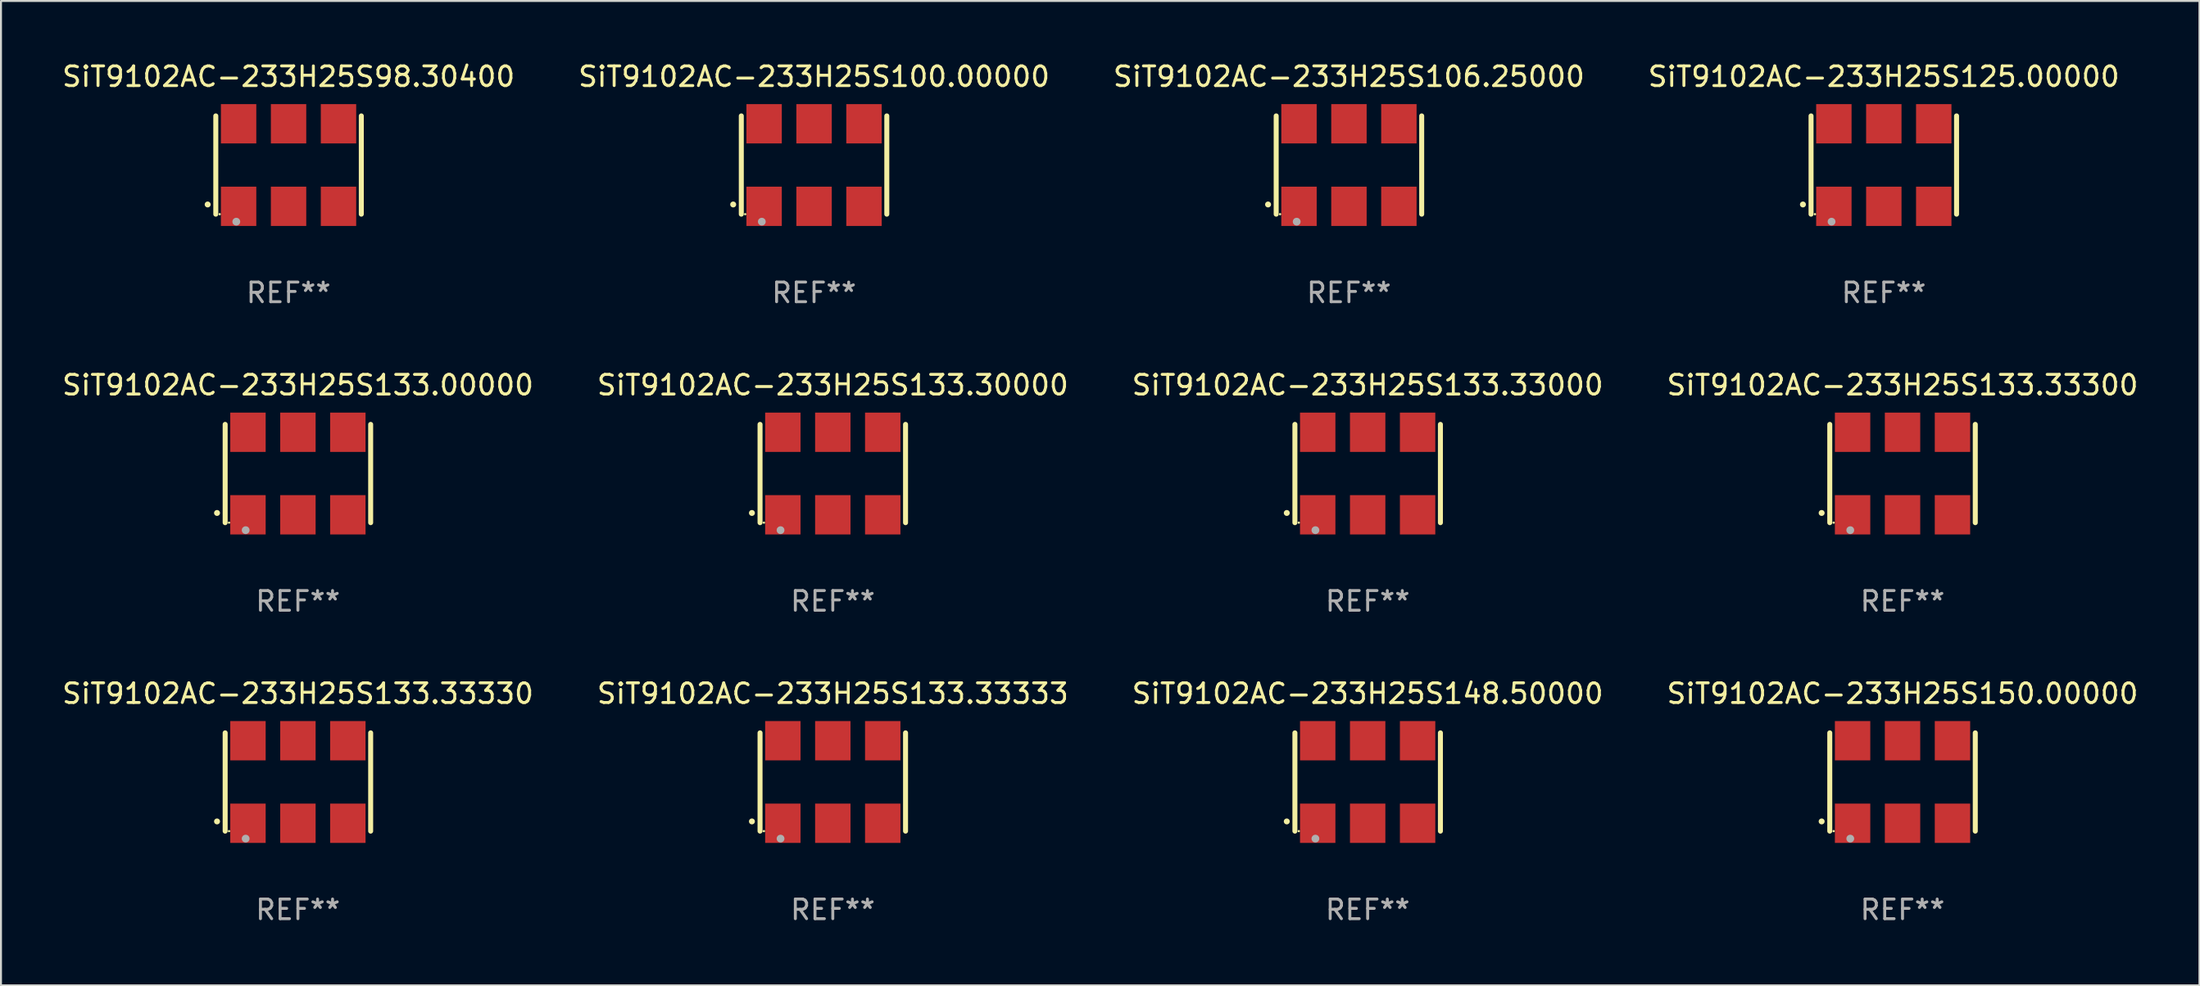
<source format=kicad_pcb>
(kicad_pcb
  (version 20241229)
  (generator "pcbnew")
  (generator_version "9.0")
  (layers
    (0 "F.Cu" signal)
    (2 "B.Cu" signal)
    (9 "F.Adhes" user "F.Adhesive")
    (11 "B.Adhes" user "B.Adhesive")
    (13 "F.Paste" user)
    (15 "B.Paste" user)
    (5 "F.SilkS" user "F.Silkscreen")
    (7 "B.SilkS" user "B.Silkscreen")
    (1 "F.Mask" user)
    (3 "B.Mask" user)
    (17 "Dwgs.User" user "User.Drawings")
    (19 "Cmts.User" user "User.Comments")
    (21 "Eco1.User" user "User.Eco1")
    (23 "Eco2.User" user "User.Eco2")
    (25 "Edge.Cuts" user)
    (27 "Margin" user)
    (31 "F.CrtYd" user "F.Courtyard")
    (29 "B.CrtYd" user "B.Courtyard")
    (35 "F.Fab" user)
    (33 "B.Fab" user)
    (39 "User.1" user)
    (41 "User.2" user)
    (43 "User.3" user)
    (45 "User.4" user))
  (footprint "SiT9102AC-233H25S98.30400"
    (layer "F.Cu")
    (at 11.625 5.348)
    (property "Reference" "SiT9102AC-233H25S98.30400" (at 0 -4.5 0) (layer "F.SilkS") (effects (font (size 1 1) (thickness 0.15))))
    (attr through_hole)
    (fp_line (start -3.7 -2.5) (end -3.7 2.5) (stroke (width 0.254) (type solid)) (layer "F.SilkS"))
    (fp_line (start 3.7 -2.5) (end 3.7 2.5) (stroke (width 0.254) (type solid)) (layer "F.SilkS"))
    (fp_arc (start -4.114415 2.006604) (mid -4.113145 2.006599) (end -4.111875 2.006604) (stroke (width 0.3) (type solid)) (layer "F.SilkS"))
    (fp_circle (center -3.502 2.5) (end -3.472 2.5) (stroke (width 0.06) (type solid)) (fill no) (layer "F.SilkS"))
    (fp_circle (center -2.657 2.882) (end -2.557 2.882) (stroke (width 0.2) (type solid)) (fill no) (layer "F.Fab"))
    (fp_text user "REF**" (at 0 6.5 0) (layer "F.Fab") (effects (font (size 1 1) (thickness 0.15))))
    (pad "1" smd rect (at -2.54 2.1) (size 1.8 2) (layers "F.Cu" "F.Mask" "F.Paste"))
    (pad "2" smd rect (at 0.000394 2.1) (size 1.8 2) (layers "F.Cu" "F.Mask" "F.Paste"))
    (pad "3" smd rect (at 2.54 2.1) (size 1.8 2) (layers "F.Cu" "F.Mask" "F.Paste"))
    (pad "4" smd rect (at 2.54 -2.1) (size 1.8 2) (layers "F.Cu" "F.Mask" "F.Paste"))
    (pad "5" smd rect (at 0.000394 -2.1) (size 1.8 2) (layers "F.Cu" "F.Mask" "F.Paste"))
    (pad "6" smd rect (at -2.54 -2.1) (size 1.8 2) (layers "F.Cu" "F.Mask" "F.Paste")))
  (footprint "SiT9102AC-233H25S106.25000"
    (layer "F.Cu")
    (at 65.554 5.348)
    (property "Reference" "SiT9102AC-233H25S106.25000" (at 0 -4.5 0) (layer "F.SilkS") (effects (font (size 1 1) (thickness 0.15))))
    (attr through_hole)
    (fp_line (start -3.7 -2.5) (end -3.7 2.5) (stroke (width 0.254) (type solid)) (layer "F.SilkS"))
    (fp_line (start 3.7 -2.5) (end 3.7 2.5) (stroke (width 0.254) (type solid)) (layer "F.SilkS"))
    (fp_arc (start -4.114415 2.006604) (mid -4.113145 2.006599) (end -4.111875 2.006604) (stroke (width 0.3) (type solid)) (layer "F.SilkS"))
    (fp_circle (center -3.502 2.5) (end -3.472 2.5) (stroke (width 0.06) (type solid)) (fill no) (layer "F.SilkS"))
    (fp_circle (center -2.657 2.882) (end -2.557 2.882) (stroke (width 0.2) (type solid)) (fill no) (layer "F.Fab"))
    (fp_text user "REF**" (at 0 6.5 0) (layer "F.Fab") (effects (font (size 1 1) (thickness 0.15))))
    (pad "1" smd rect (at -2.54 2.1) (size 1.8 2) (layers "F.Cu" "F.Mask" "F.Paste"))
    (pad "2" smd rect (at 0.000394 2.1) (size 1.8 2) (layers "F.Cu" "F.Mask" "F.Paste"))
    (pad "3" smd rect (at 2.54 2.1) (size 1.8 2) (layers "F.Cu" "F.Mask" "F.Paste"))
    (pad "4" smd rect (at 2.54 -2.1) (size 1.8 2) (layers "F.Cu" "F.Mask" "F.Paste"))
    (pad "5" smd rect (at 0.000394 -2.1) (size 1.8 2) (layers "F.Cu" "F.Mask" "F.Paste"))
    (pad "6" smd rect (at -2.54 -2.1) (size 1.8 2) (layers "F.Cu" "F.Mask" "F.Paste")))
  (footprint "SiT9102AC-233H25S133.33000"
    (layer "F.Cu")
    (at 66.506 21.045)
    (property "Reference" "SiT9102AC-233H25S133.33000" (at 0 -4.5 0) (layer "F.SilkS") (effects (font (size 1 1) (thickness 0.15))))
    (attr through_hole)
    (fp_line (start -3.7 -2.5) (end -3.7 2.5) (stroke (width 0.254) (type solid)) (layer "F.SilkS"))
    (fp_line (start 3.7 -2.5) (end 3.7 2.5) (stroke (width 0.254) (type solid)) (layer "F.SilkS"))
    (fp_arc (start -4.114415 2.006604) (mid -4.113145 2.006599) (end -4.111875 2.006604) (stroke (width 0.3) (type solid)) (layer "F.SilkS"))
    (fp_circle (center -3.502 2.5) (end -3.472 2.5) (stroke (width 0.06) (type solid)) (fill no) (layer "F.SilkS"))
    (fp_circle (center -2.657 2.882) (end -2.557 2.882) (stroke (width 0.2) (type solid)) (fill no) (layer "F.Fab"))
    (fp_text user "REF**" (at 0 6.5 0) (layer "F.Fab") (effects (font (size 1 1) (thickness 0.15))))
    (pad "1" smd rect (at -2.54 2.1) (size 1.8 2) (layers "F.Cu" "F.Mask" "F.Paste"))
    (pad "2" smd rect (at 0.000394 2.1) (size 1.8 2) (layers "F.Cu" "F.Mask" "F.Paste"))
    (pad "3" smd rect (at 2.54 2.1) (size 1.8 2) (layers "F.Cu" "F.Mask" "F.Paste"))
    (pad "4" smd rect (at 2.54 -2.1) (size 1.8 2) (layers "F.Cu" "F.Mask" "F.Paste"))
    (pad "5" smd rect (at 0.000394 -2.1) (size 1.8 2) (layers "F.Cu" "F.Mask" "F.Paste"))
    (pad "6" smd rect (at -2.54 -2.1) (size 1.8 2) (layers "F.Cu" "F.Mask" "F.Paste")))
  (footprint "SiT9102AC-233H25S148.50000"
    (layer "F.Cu")
    (at 66.506 36.741)
    (property "Reference" "SiT9102AC-233H25S148.50000" (at 0 -4.5 0) (layer "F.SilkS") (effects (font (size 1 1) (thickness 0.15))))
    (attr through_hole)
    (fp_line (start -3.7 -2.5) (end -3.7 2.5) (stroke (width 0.254) (type solid)) (layer "F.SilkS"))
    (fp_line (start 3.7 -2.5) (end 3.7 2.5) (stroke (width 0.254) (type solid)) (layer "F.SilkS"))
    (fp_arc (start -4.114415 2.006604) (mid -4.113145 2.006599) (end -4.111875 2.006604) (stroke (width 0.3) (type solid)) (layer "F.SilkS"))
    (fp_circle (center -3.502 2.5) (end -3.472 2.5) (stroke (width 0.06) (type solid)) (fill no) (layer "F.SilkS"))
    (fp_circle (center -2.657 2.882) (end -2.557 2.882) (stroke (width 0.2) (type solid)) (fill no) (layer "F.Fab"))
    (fp_text user "REF**" (at 0 6.5 0) (layer "F.Fab") (effects (font (size 1 1) (thickness 0.15))))
    (pad "1" smd rect (at -2.54 2.1) (size 1.8 2) (layers "F.Cu" "F.Mask" "F.Paste"))
    (pad "2" smd rect (at 0.000394 2.1) (size 1.8 2) (layers "F.Cu" "F.Mask" "F.Paste"))
    (pad "3" smd rect (at 2.54 2.1) (size 1.8 2) (layers "F.Cu" "F.Mask" "F.Paste"))
    (pad "4" smd rect (at 2.54 -2.1) (size 1.8 2) (layers "F.Cu" "F.Mask" "F.Paste"))
    (pad "5" smd rect (at 0.000394 -2.1) (size 1.8 2) (layers "F.Cu" "F.Mask" "F.Paste"))
    (pad "6" smd rect (at -2.54 -2.1) (size 1.8 2) (layers "F.Cu" "F.Mask" "F.Paste")))
  (footprint "SiT9102AC-233H25S133.33330"
    (layer "F.Cu")
    (at 12.101 36.741)
    (property "Reference" "SiT9102AC-233H25S133.33330" (at 0 -4.5 0) (layer "F.SilkS") (effects (font (size 1 1) (thickness 0.15))))
    (attr through_hole)
    (fp_line (start -3.7 -2.5) (end -3.7 2.5) (stroke (width 0.254) (type solid)) (layer "F.SilkS"))
    (fp_line (start 3.7 -2.5) (end 3.7 2.5) (stroke (width 0.254) (type solid)) (layer "F.SilkS"))
    (fp_arc (start -4.114415 2.006604) (mid -4.113145 2.006599) (end -4.111875 2.006604) (stroke (width 0.3) (type solid)) (layer "F.SilkS"))
    (fp_circle (center -3.502 2.5) (end -3.472 2.5) (stroke (width 0.06) (type solid)) (fill no) (layer "F.SilkS"))
    (fp_circle (center -2.657 2.882) (end -2.557 2.882) (stroke (width 0.2) (type solid)) (fill no) (layer "F.Fab"))
    (fp_text user "REF**" (at 0 6.5 0) (layer "F.Fab") (effects (font (size 1 1) (thickness 0.15))))
    (pad "1" smd rect (at -2.54 2.1) (size 1.8 2) (layers "F.Cu" "F.Mask" "F.Paste"))
    (pad "2" smd rect (at 0.000394 2.1) (size 1.8 2) (layers "F.Cu" "F.Mask" "F.Paste"))
    (pad "3" smd rect (at 2.54 2.1) (size 1.8 2) (layers "F.Cu" "F.Mask" "F.Paste"))
    (pad "4" smd rect (at 2.54 -2.1) (size 1.8 2) (layers "F.Cu" "F.Mask" "F.Paste"))
    (pad "5" smd rect (at 0.000394 -2.1) (size 1.8 2) (layers "F.Cu" "F.Mask" "F.Paste"))
    (pad "6" smd rect (at -2.54 -2.1) (size 1.8 2) (layers "F.Cu" "F.Mask" "F.Paste")))
  (footprint "SiT9102AC-233H25S133.33300"
    (layer "F.Cu")
    (at 93.708 21.045)
    (property "Reference" "SiT9102AC-233H25S133.33300" (at 0 -4.5 0) (layer "F.SilkS") (effects (font (size 1 1) (thickness 0.15))))
    (attr through_hole)
    (fp_line (start -3.7 -2.5) (end -3.7 2.5) (stroke (width 0.254) (type solid)) (layer "F.SilkS"))
    (fp_line (start 3.7 -2.5) (end 3.7 2.5) (stroke (width 0.254) (type solid)) (layer "F.SilkS"))
    (fp_arc (start -4.114415 2.006604) (mid -4.113145 2.006599) (end -4.111875 2.006604) (stroke (width 0.3) (type solid)) (layer "F.SilkS"))
    (fp_circle (center -3.502 2.5) (end -3.472 2.5) (stroke (width 0.06) (type solid)) (fill no) (layer "F.SilkS"))
    (fp_circle (center -2.657 2.882) (end -2.557 2.882) (stroke (width 0.2) (type solid)) (fill no) (layer "F.Fab"))
    (fp_text user "REF**" (at 0 6.5 0) (layer "F.Fab") (effects (font (size 1 1) (thickness 0.15))))
    (pad "1" smd rect (at -2.54 2.1) (size 1.8 2) (layers "F.Cu" "F.Mask" "F.Paste"))
    (pad "2" smd rect (at 0.000394 2.1) (size 1.8 2) (layers "F.Cu" "F.Mask" "F.Paste"))
    (pad "3" smd rect (at 2.54 2.1) (size 1.8 2) (layers "F.Cu" "F.Mask" "F.Paste"))
    (pad "4" smd rect (at 2.54 -2.1) (size 1.8 2) (layers "F.Cu" "F.Mask" "F.Paste"))
    (pad "5" smd rect (at 0.000394 -2.1) (size 1.8 2) (layers "F.Cu" "F.Mask" "F.Paste"))
    (pad "6" smd rect (at -2.54 -2.1) (size 1.8 2) (layers "F.Cu" "F.Mask" "F.Paste")))
  (footprint "SiT9102AC-233H25S133.30000"
    (layer "F.Cu")
    (at 39.304 21.045)
    (property "Reference" "SiT9102AC-233H25S133.30000" (at 0 -4.5 0) (layer "F.SilkS") (effects (font (size 1 1) (thickness 0.15))))
    (attr through_hole)
    (fp_line (start -3.7 -2.5) (end -3.7 2.5) (stroke (width 0.254) (type solid)) (layer "F.SilkS"))
    (fp_line (start 3.7 -2.5) (end 3.7 2.5) (stroke (width 0.254) (type solid)) (layer "F.SilkS"))
    (fp_arc (start -4.114415 2.006604) (mid -4.113145 2.006599) (end -4.111875 2.006604) (stroke (width 0.3) (type solid)) (layer "F.SilkS"))
    (fp_circle (center -3.502 2.5) (end -3.472 2.5) (stroke (width 0.06) (type solid)) (fill no) (layer "F.SilkS"))
    (fp_circle (center -2.657 2.882) (end -2.557 2.882) (stroke (width 0.2) (type solid)) (fill no) (layer "F.Fab"))
    (fp_text user "REF**" (at 0 6.5 0) (layer "F.Fab") (effects (font (size 1 1) (thickness 0.15))))
    (pad "1" smd rect (at -2.54 2.1) (size 1.8 2) (layers "F.Cu" "F.Mask" "F.Paste"))
    (pad "2" smd rect (at 0.000394 2.1) (size 1.8 2) (layers "F.Cu" "F.Mask" "F.Paste"))
    (pad "3" smd rect (at 2.54 2.1) (size 1.8 2) (layers "F.Cu" "F.Mask" "F.Paste"))
    (pad "4" smd rect (at 2.54 -2.1) (size 1.8 2) (layers "F.Cu" "F.Mask" "F.Paste"))
    (pad "5" smd rect (at 0.000394 -2.1) (size 1.8 2) (layers "F.Cu" "F.Mask" "F.Paste"))
    (pad "6" smd rect (at -2.54 -2.1) (size 1.8 2) (layers "F.Cu" "F.Mask" "F.Paste")))
  (footprint "SiT9102AC-233H25S133.33333"
    (layer "F.Cu")
    (at 39.304 36.741)
    (property "Reference" "SiT9102AC-233H25S133.33333" (at 0 -4.5 0) (layer "F.SilkS") (effects (font (size 1 1) (thickness 0.15))))
    (attr through_hole)
    (fp_line (start -3.7 -2.5) (end -3.7 2.5) (stroke (width 0.254) (type solid)) (layer "F.SilkS"))
    (fp_line (start 3.7 -2.5) (end 3.7 2.5) (stroke (width 0.254) (type solid)) (layer "F.SilkS"))
    (fp_arc (start -4.114415 2.006604) (mid -4.113145 2.006599) (end -4.111875 2.006604) (stroke (width 0.3) (type solid)) (layer "F.SilkS"))
    (fp_circle (center -3.502 2.5) (end -3.472 2.5) (stroke (width 0.06) (type solid)) (fill no) (layer "F.SilkS"))
    (fp_circle (center -2.657 2.882) (end -2.557 2.882) (stroke (width 0.2) (type solid)) (fill no) (layer "F.Fab"))
    (fp_text user "REF**" (at 0 6.5 0) (layer "F.Fab") (effects (font (size 1 1) (thickness 0.15))))
    (pad "1" smd rect (at -2.54 2.1) (size 1.8 2) (layers "F.Cu" "F.Mask" "F.Paste"))
    (pad "2" smd rect (at 0.000394 2.1) (size 1.8 2) (layers "F.Cu" "F.Mask" "F.Paste"))
    (pad "3" smd rect (at 2.54 2.1) (size 1.8 2) (layers "F.Cu" "F.Mask" "F.Paste"))
    (pad "4" smd rect (at 2.54 -2.1) (size 1.8 2) (layers "F.Cu" "F.Mask" "F.Paste"))
    (pad "5" smd rect (at 0.000394 -2.1) (size 1.8 2) (layers "F.Cu" "F.Mask" "F.Paste"))
    (pad "6" smd rect (at -2.54 -2.1) (size 1.8 2) (layers "F.Cu" "F.Mask" "F.Paste")))
  (footprint "SiT9102AC-233H25S125.00000"
    (layer "F.Cu")
    (at 92.756 5.348)
    (property "Reference" "SiT9102AC-233H25S125.00000" (at 0 -4.5 0) (layer "F.SilkS") (effects (font (size 1 1) (thickness 0.15))))
    (attr through_hole)
    (fp_line (start -3.7 -2.5) (end -3.7 2.5) (stroke (width 0.254) (type solid)) (layer "F.SilkS"))
    (fp_line (start 3.7 -2.5) (end 3.7 2.5) (stroke (width 0.254) (type solid)) (layer "F.SilkS"))
    (fp_arc (start -4.114415 2.006604) (mid -4.113145 2.006599) (end -4.111875 2.006604) (stroke (width 0.3) (type solid)) (layer "F.SilkS"))
    (fp_circle (center -3.502 2.5) (end -3.472 2.5) (stroke (width 0.06) (type solid)) (fill no) (layer "F.SilkS"))
    (fp_circle (center -2.657 2.882) (end -2.557 2.882) (stroke (width 0.2) (type solid)) (fill no) (layer "F.Fab"))
    (fp_text user "REF**" (at 0 6.5 0) (layer "F.Fab") (effects (font (size 1 1) (thickness 0.15))))
    (pad "1" smd rect (at -2.54 2.1) (size 1.8 2) (layers "F.Cu" "F.Mask" "F.Paste"))
    (pad "2" smd rect (at 0.000394 2.1) (size 1.8 2) (layers "F.Cu" "F.Mask" "F.Paste"))
    (pad "3" smd rect (at 2.54 2.1) (size 1.8 2) (layers "F.Cu" "F.Mask" "F.Paste"))
    (pad "4" smd rect (at 2.54 -2.1) (size 1.8 2) (layers "F.Cu" "F.Mask" "F.Paste"))
    (pad "5" smd rect (at 0.000394 -2.1) (size 1.8 2) (layers "F.Cu" "F.Mask" "F.Paste"))
    (pad "6" smd rect (at -2.54 -2.1) (size 1.8 2) (layers "F.Cu" "F.Mask" "F.Paste")))
  (footprint "SiT9102AC-233H25S133.00000"
    (layer "F.Cu")
    (at 12.101 21.045)
    (property "Reference" "SiT9102AC-233H25S133.00000" (at 0 -4.5 0) (layer "F.SilkS") (effects (font (size 1 1) (thickness 0.15))))
    (attr through_hole)
    (fp_line (start -3.7 -2.5) (end -3.7 2.5) (stroke (width 0.254) (type solid)) (layer "F.SilkS"))
    (fp_line (start 3.7 -2.5) (end 3.7 2.5) (stroke (width 0.254) (type solid)) (layer "F.SilkS"))
    (fp_arc (start -4.114415 2.006604) (mid -4.113145 2.006599) (end -4.111875 2.006604) (stroke (width 0.3) (type solid)) (layer "F.SilkS"))
    (fp_circle (center -3.502 2.5) (end -3.472 2.5) (stroke (width 0.06) (type solid)) (fill no) (layer "F.SilkS"))
    (fp_circle (center -2.657 2.882) (end -2.557 2.882) (stroke (width 0.2) (type solid)) (fill no) (layer "F.Fab"))
    (fp_text user "REF**" (at 0 6.5 0) (layer "F.Fab") (effects (font (size 1 1) (thickness 0.15))))
    (pad "1" smd rect (at -2.54 2.1) (size 1.8 2) (layers "F.Cu" "F.Mask" "F.Paste"))
    (pad "2" smd rect (at 0.000394 2.1) (size 1.8 2) (layers "F.Cu" "F.Mask" "F.Paste"))
    (pad "3" smd rect (at 2.54 2.1) (size 1.8 2) (layers "F.Cu" "F.Mask" "F.Paste"))
    (pad "4" smd rect (at 2.54 -2.1) (size 1.8 2) (layers "F.Cu" "F.Mask" "F.Paste"))
    (pad "5" smd rect (at 0.000394 -2.1) (size 1.8 2) (layers "F.Cu" "F.Mask" "F.Paste"))
    (pad "6" smd rect (at -2.54 -2.1) (size 1.8 2) (layers "F.Cu" "F.Mask" "F.Paste")))
  (footprint "SiT9102AC-233H25S150.00000"
    (layer "F.Cu")
    (at 93.708 36.741)
    (property "Reference" "SiT9102AC-233H25S150.00000" (at 0 -4.5 0) (layer "F.SilkS") (effects (font (size 1 1) (thickness 0.15))))
    (attr through_hole)
    (fp_line (start -3.7 -2.5) (end -3.7 2.5) (stroke (width 0.254) (type solid)) (layer "F.SilkS"))
    (fp_line (start 3.7 -2.5) (end 3.7 2.5) (stroke (width 0.254) (type solid)) (layer "F.SilkS"))
    (fp_arc (start -4.114415 2.006604) (mid -4.113145 2.006599) (end -4.111875 2.006604) (stroke (width 0.3) (type solid)) (layer "F.SilkS"))
    (fp_circle (center -3.502 2.5) (end -3.472 2.5) (stroke (width 0.06) (type solid)) (fill no) (layer "F.SilkS"))
    (fp_circle (center -2.657 2.882) (end -2.557 2.882) (stroke (width 0.2) (type solid)) (fill no) (layer "F.Fab"))
    (fp_text user "REF**" (at 0 6.5 0) (layer "F.Fab") (effects (font (size 1 1) (thickness 0.15))))
    (pad "1" smd rect (at -2.54 2.1) (size 1.8 2) (layers "F.Cu" "F.Mask" "F.Paste"))
    (pad "2" smd rect (at 0.000394 2.1) (size 1.8 2) (layers "F.Cu" "F.Mask" "F.Paste"))
    (pad "3" smd rect (at 2.54 2.1) (size 1.8 2) (layers "F.Cu" "F.Mask" "F.Paste"))
    (pad "4" smd rect (at 2.54 -2.1) (size 1.8 2) (layers "F.Cu" "F.Mask" "F.Paste"))
    (pad "5" smd rect (at 0.000394 -2.1) (size 1.8 2) (layers "F.Cu" "F.Mask" "F.Paste"))
    (pad "6" smd rect (at -2.54 -2.1) (size 1.8 2) (layers "F.Cu" "F.Mask" "F.Paste")))
  (footprint "SiT9102AC-233H25S100.00000"
    (layer "F.Cu")
    (at 38.351 5.348)
    (property "Reference" "SiT9102AC-233H25S100.00000" (at 0 -4.5 0) (layer "F.SilkS") (effects (font (size 1 1) (thickness 0.15))))
    (attr through_hole)
    (fp_line (start -3.7 -2.5) (end -3.7 2.5) (stroke (width 0.254) (type solid)) (layer "F.SilkS"))
    (fp_line (start 3.7 -2.5) (end 3.7 2.5) (stroke (width 0.254) (type solid)) (layer "F.SilkS"))
    (fp_arc (start -4.114415 2.006604) (mid -4.113145 2.006599) (end -4.111875 2.006604) (stroke (width 0.3) (type solid)) (layer "F.SilkS"))
    (fp_circle (center -3.502 2.5) (end -3.472 2.5) (stroke (width 0.06) (type solid)) (fill no) (layer "F.SilkS"))
    (fp_circle (center -2.657 2.882) (end -2.557 2.882) (stroke (width 0.2) (type solid)) (fill no) (layer "F.Fab"))
    (fp_text user "REF**" (at 0 6.5 0) (layer "F.Fab") (effects (font (size 1 1) (thickness 0.15))))
    (pad "1" smd rect (at -2.54 2.1) (size 1.8 2) (layers "F.Cu" "F.Mask" "F.Paste"))
    (pad "2" smd rect (at 0.000394 2.1) (size 1.8 2) (layers "F.Cu" "F.Mask" "F.Paste"))
    (pad "3" smd rect (at 2.54 2.1) (size 1.8 2) (layers "F.Cu" "F.Mask" "F.Paste"))
    (pad "4" smd rect (at 2.54 -2.1) (size 1.8 2) (layers "F.Cu" "F.Mask" "F.Paste"))
    (pad "5" smd rect (at 0.000394 -2.1) (size 1.8 2) (layers "F.Cu" "F.Mask" "F.Paste"))
    (pad "6" smd rect (at -2.54 -2.1) (size 1.8 2) (layers "F.Cu" "F.Mask" "F.Paste")))
  (gr_rect
    (start -3 -3)
    (end 108.81 47.09)
    (stroke (width 0.1) (type default))
    (fill no)
    (layer "Edge.Cuts")))
</source>
